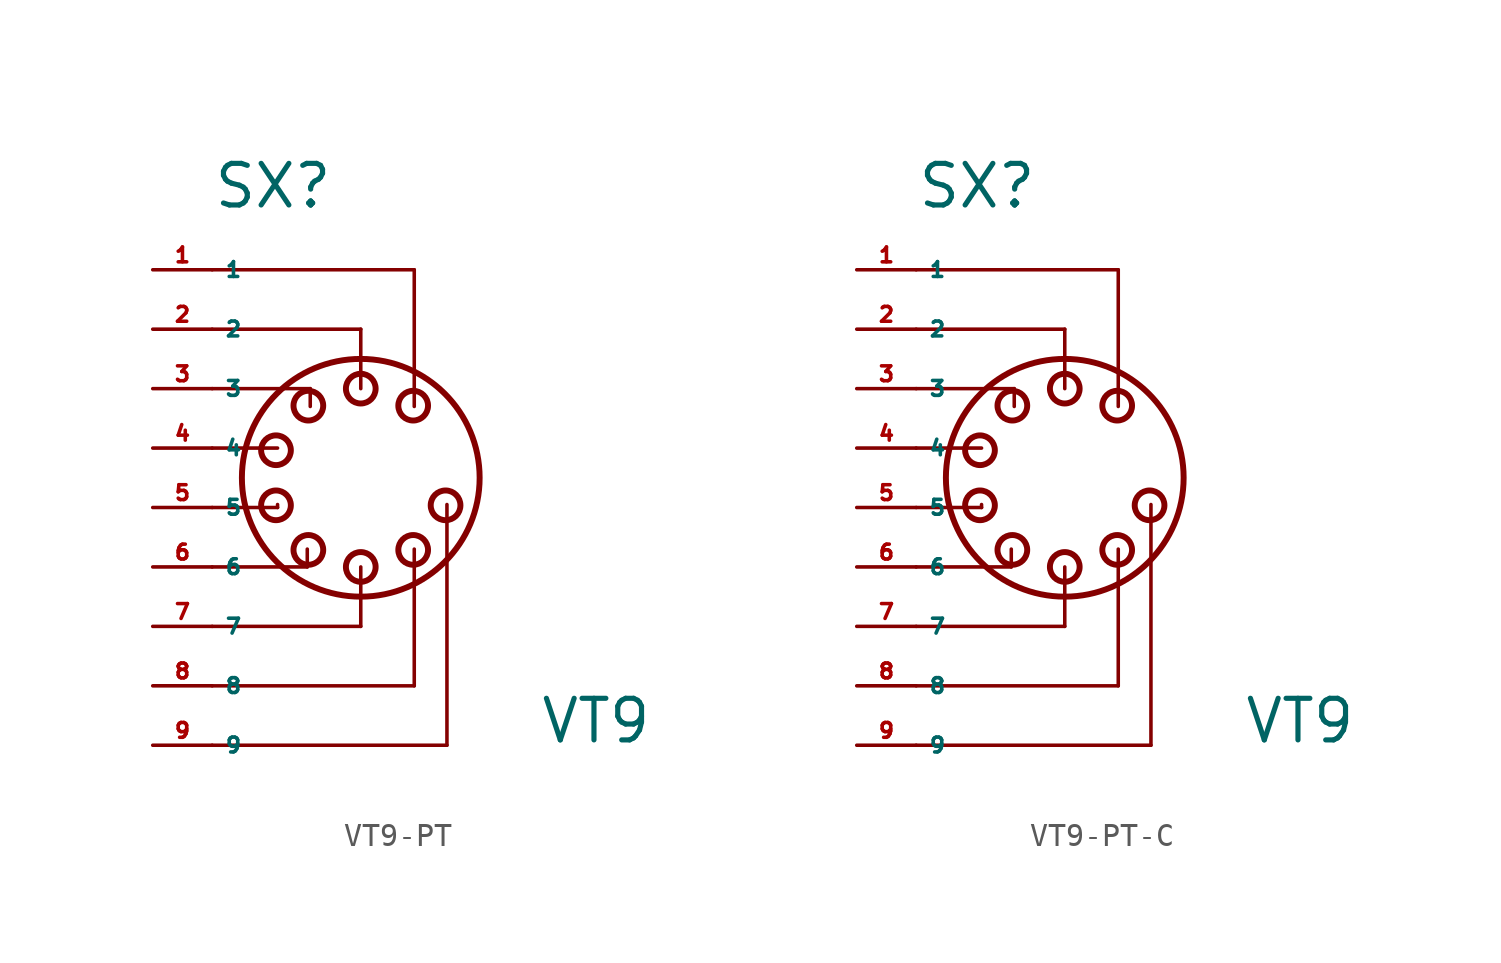
<source format=kicad_sym>
(kicad_symbol_lib
  (version 20220914)
  (generator Eagle2Kicad)
  (symbol "VT9-PT"
    (property "Reference" "SX"
      (at -5.08 12.7 0)
      (effects (font (size 1.778 1.778) (thickness 0.22)) (justify left bottom)))
    (property "Value" "VT9"
      (at 8.89 -10.16 0)
      (effects (font (size 1.778 1.778) (thickness 0.22)) (justify left bottom)))
    (polyline
      (pts (xy -5.08 10.16) (xy 3.556 10.16))
      (stroke (width 0.152) (type default))
      (fill (type none)))
    (polyline
      (pts (xy 3.556 10.16) (xy 3.556 4.318))
      (stroke (width 0.152) (type default))
      (fill (type none)))
    (polyline
      (pts (xy -5.08 7.62) (xy 1.27 7.62))
      (stroke (width 0.152) (type default))
      (fill (type none)))
    (polyline
      (pts (xy 1.27 7.62) (xy 1.27 5.08))
      (stroke (width 0.152) (type default))
      (fill (type none)))
    (polyline
      (pts (xy -5.08 5.08) (xy -0.889 5.08))
      (stroke (width 0.152) (type default))
      (fill (type none)))
    (polyline
      (pts (xy -0.889 5.08) (xy -0.889 4.318))
      (stroke (width 0.152) (type default))
      (fill (type none)))
    (polyline
      (pts (xy -5.08 2.54) (xy -2.286 2.54))
      (stroke (width 0.152) (type default))
      (fill (type none)))
    (polyline
      (pts (xy -5.08 0) (xy -2.286 0))
      (stroke (width 0.152) (type default))
      (fill (type none)))
    (polyline
      (pts (xy -2.286 0) (xy -2.286 0.127))
      (stroke (width 0.152) (type default))
      (fill (type none)))
    (polyline
      (pts (xy -5.08 -2.54) (xy -1.016 -2.54))
      (stroke (width 0.152) (type default))
      (fill (type none)))
    (polyline
      (pts (xy -1.016 -2.54) (xy -1.016 -1.778))
      (stroke (width 0.152) (type default))
      (fill (type none)))
    (polyline
      (pts (xy -5.08 -5.08) (xy 1.27 -5.08))
      (stroke (width 0.152) (type default))
      (fill (type none)))
    (polyline
      (pts (xy 1.27 -5.08) (xy 1.27 -2.54))
      (stroke (width 0.152) (type default))
      (fill (type none)))
    (polyline
      (pts (xy -5.08 -7.62) (xy 3.556 -7.62))
      (stroke (width 0.152) (type default))
      (fill (type none)))
    (polyline
      (pts (xy 3.556 -7.62) (xy 3.556 -1.778))
      (stroke (width 0.152) (type default))
      (fill (type none)))
    (polyline
      (pts (xy -5.08 -10.16) (xy 4.953 -10.16))
      (stroke (width 0.152) (type default))
      (fill (type none)))
    (polyline
      (pts (xy 4.953 -10.16) (xy 4.953 0.127))
      (stroke (width 0.152) (type default))
      (fill (type none)))
    (circle
      (center 1.27 1.27)
      (radius 5.08)
      (stroke (width 0.254) (type default))
      (fill (type none)))
    (circle
      (center -2.353 2.447)
      (radius 0.635)
      (stroke (width 0.254) (type default))
      (fill (type none)))
    (circle
      (center -0.97 4.352)
      (radius 0.635)
      (stroke (width 0.254) (type default))
      (fill (type none)))
    (circle
      (center 1.27 5.08)
      (radius 0.635)
      (stroke (width 0.254) (type default))
      (fill (type none)))
    (circle
      (center 3.51 4.352)
      (radius 0.635)
      (stroke (width 0.254) (type default))
      (fill (type none)))
    (circle
      (center 4.894 0.093)
      (radius 0.635)
      (stroke (width 0.254) (type default))
      (fill (type none)))
    (circle
      (center 3.51 -1.812)
      (radius 0.635)
      (stroke (width 0.254) (type default))
      (fill (type none)))
    (circle
      (center 1.27 -2.54)
      (radius 0.635)
      (stroke (width 0.254) (type default))
      (fill (type none)))
    (circle
      (center -0.97 -1.812)
      (radius 0.635)
      (stroke (width 0.254) (type default))
      (fill (type none)))
    (circle
      (center -2.353 0.093)
      (radius 0.635)
      (stroke (width 0.254) (type default))
      (fill (type none)))
    (pin passive line
      (at -7.62 10.16 0)
      (length 2.54)
      (name "1" (effects (font (size 0.635 0.635) (thickness 0.08)) (justify left bottom)))
      (number "1" (effects (font (size 0.635 0.635) (thickness 0.08)) (justify left bottom))))
    (pin passive line
      (at -7.62 7.62 0)
      (length 2.54)
      (name "2" (effects (font (size 0.635 0.635) (thickness 0.08)) (justify left bottom)))
      (number "2" (effects (font (size 0.635 0.635) (thickness 0.08)) (justify left bottom))))
    (pin passive line
      (at -7.62 5.08 0)
      (length 2.54)
      (name "3" (effects (font (size 0.635 0.635) (thickness 0.08)) (justify left bottom)))
      (number "3" (effects (font (size 0.635 0.635) (thickness 0.08)) (justify left bottom))))
    (pin passive line
      (at -7.62 2.54 0)
      (length 2.54)
      (name "4" (effects (font (size 0.635 0.635) (thickness 0.08)) (justify left bottom)))
      (number "4" (effects (font (size 0.635 0.635) (thickness 0.08)) (justify left bottom))))
    (pin passive line
      (at -7.62 0 0)
      (length 2.54)
      (name "5" (effects (font (size 0.635 0.635) (thickness 0.08)) (justify left bottom)))
      (number "5" (effects (font (size 0.635 0.635) (thickness 0.08)) (justify left bottom))))
    (pin passive line
      (at -7.62 -2.54 0)
      (length 2.54)
      (name "6" (effects (font (size 0.635 0.635) (thickness 0.08)) (justify left bottom)))
      (number "6" (effects (font (size 0.635 0.635) (thickness 0.08)) (justify left bottom))))
    (pin passive line
      (at -7.62 -5.08 0)
      (length 2.54)
      (name "7" (effects (font (size 0.635 0.635) (thickness 0.08)) (justify left bottom)))
      (number "7" (effects (font (size 0.635 0.635) (thickness 0.08)) (justify left bottom))))
    (pin passive line
      (at -7.62 -7.62 0)
      (length 2.54)
      (name "8" (effects (font (size 0.635 0.635) (thickness 0.08)) (justify left bottom)))
      (number "8" (effects (font (size 0.635 0.635) (thickness 0.08)) (justify left bottom))))
    (pin passive line
      (at -7.62 -10.16 0)
      (length 2.54)
      (name "9" (effects (font (size 0.635 0.635) (thickness 0.08)) (justify left bottom)))
      (number "9" (effects (font (size 0.635 0.635) (thickness 0.08)) (justify left bottom)))))
  (symbol "VT9-PT-C"
    (property "Reference" "SX"
      (at -5.08 12.7 0)
      (effects (font (size 1.778 1.778) (thickness 0.22)) (justify left bottom)))
    (property "Value" "VT9"
      (at 8.89 -10.16 0)
      (effects (font (size 1.778 1.778) (thickness 0.22)) (justify left bottom)))
    (polyline
      (pts (xy -5.08 10.16) (xy 3.556 10.16))
      (stroke (width 0.152) (type default))
      (fill (type none)))
    (polyline
      (pts (xy 3.556 10.16) (xy 3.556 4.318))
      (stroke (width 0.152) (type default))
      (fill (type none)))
    (polyline
      (pts (xy -5.08 7.62) (xy 1.27 7.62))
      (stroke (width 0.152) (type default))
      (fill (type none)))
    (polyline
      (pts (xy 1.27 7.62) (xy 1.27 5.08))
      (stroke (width 0.152) (type default))
      (fill (type none)))
    (polyline
      (pts (xy -5.08 5.08) (xy -0.889 5.08))
      (stroke (width 0.152) (type default))
      (fill (type none)))
    (polyline
      (pts (xy -0.889 5.08) (xy -0.889 4.318))
      (stroke (width 0.152) (type default))
      (fill (type none)))
    (polyline
      (pts (xy -5.08 2.54) (xy -2.286 2.54))
      (stroke (width 0.152) (type default))
      (fill (type none)))
    (polyline
      (pts (xy -5.08 0) (xy -2.286 0))
      (stroke (width 0.152) (type default))
      (fill (type none)))
    (polyline
      (pts (xy -2.286 0) (xy -2.286 0.127))
      (stroke (width 0.152) (type default))
      (fill (type none)))
    (polyline
      (pts (xy -5.08 -2.54) (xy -1.016 -2.54))
      (stroke (width 0.152) (type default))
      (fill (type none)))
    (polyline
      (pts (xy -1.016 -2.54) (xy -1.016 -1.778))
      (stroke (width 0.152) (type default))
      (fill (type none)))
    (polyline
      (pts (xy -5.08 -5.08) (xy 1.27 -5.08))
      (stroke (width 0.152) (type default))
      (fill (type none)))
    (polyline
      (pts (xy 1.27 -5.08) (xy 1.27 -2.54))
      (stroke (width 0.152) (type default))
      (fill (type none)))
    (polyline
      (pts (xy -5.08 -7.62) (xy 3.556 -7.62))
      (stroke (width 0.152) (type default))
      (fill (type none)))
    (polyline
      (pts (xy 3.556 -7.62) (xy 3.556 -1.778))
      (stroke (width 0.152) (type default))
      (fill (type none)))
    (polyline
      (pts (xy -5.08 -10.16) (xy 4.953 -10.16))
      (stroke (width 0.152) (type default))
      (fill (type none)))
    (polyline
      (pts (xy 4.953 -10.16) (xy 4.953 0.127))
      (stroke (width 0.152) (type default))
      (fill (type none)))
    (circle
      (center 1.27 1.27)
      (radius 5.08)
      (stroke (width 0.254) (type default))
      (fill (type none)))
    (circle
      (center -2.353 2.447)
      (radius 0.635)
      (stroke (width 0.254) (type default))
      (fill (type none)))
    (circle
      (center -0.97 4.352)
      (radius 0.635)
      (stroke (width 0.254) (type default))
      (fill (type none)))
    (circle
      (center 1.27 5.08)
      (radius 0.635)
      (stroke (width 0.254) (type default))
      (fill (type none)))
    (circle
      (center 3.51 4.352)
      (radius 0.635)
      (stroke (width 0.254) (type default))
      (fill (type none)))
    (circle
      (center 4.894 0.093)
      (radius 0.635)
      (stroke (width 0.254) (type default))
      (fill (type none)))
    (circle
      (center 3.51 -1.812)
      (radius 0.635)
      (stroke (width 0.254) (type default))
      (fill (type none)))
    (circle
      (center 1.27 -2.54)
      (radius 0.635)
      (stroke (width 0.254) (type default))
      (fill (type none)))
    (circle
      (center -0.97 -1.812)
      (radius 0.635)
      (stroke (width 0.254) (type default))
      (fill (type none)))
    (circle
      (center -2.353 0.093)
      (radius 0.635)
      (stroke (width 0.254) (type default))
      (fill (type none)))
    (pin passive line
      (at -7.62 10.16 0)
      (length 2.54)
      (name "1" (effects (font (size 0.635 0.635) (thickness 0.08)) (justify left bottom)))
      (number "1" (effects (font (size 0.635 0.635) (thickness 0.08)) (justify left bottom))))
    (pin passive line
      (at -7.62 7.62 0)
      (length 2.54)
      (name "2" (effects (font (size 0.635 0.635) (thickness 0.08)) (justify left bottom)))
      (number "2" (effects (font (size 0.635 0.635) (thickness 0.08)) (justify left bottom))))
    (pin passive line
      (at -7.62 5.08 0)
      (length 2.54)
      (name "3" (effects (font (size 0.635 0.635) (thickness 0.08)) (justify left bottom)))
      (number "3" (effects (font (size 0.635 0.635) (thickness 0.08)) (justify left bottom))))
    (pin passive line
      (at -7.62 2.54 0)
      (length 2.54)
      (name "4" (effects (font (size 0.635 0.635) (thickness 0.08)) (justify left bottom)))
      (number "4" (effects (font (size 0.635 0.635) (thickness 0.08)) (justify left bottom))))
    (pin passive line
      (at -7.62 0 0)
      (length 2.54)
      (name "5" (effects (font (size 0.635 0.635) (thickness 0.08)) (justify left bottom)))
      (number "5" (effects (font (size 0.635 0.635) (thickness 0.08)) (justify left bottom))))
    (pin passive line
      (at -7.62 -2.54 0)
      (length 2.54)
      (name "6" (effects (font (size 0.635 0.635) (thickness 0.08)) (justify left bottom)))
      (number "6" (effects (font (size 0.635 0.635) (thickness 0.08)) (justify left bottom))))
    (pin passive line
      (at -7.62 -5.08 0)
      (length 2.54)
      (name "7" (effects (font (size 0.635 0.635) (thickness 0.08)) (justify left bottom)))
      (number "7" (effects (font (size 0.635 0.635) (thickness 0.08)) (justify left bottom))))
    (pin passive line
      (at -7.62 -7.62 0)
      (length 2.54)
      (name "8" (effects (font (size 0.635 0.635) (thickness 0.08)) (justify left bottom)))
      (number "8" (effects (font (size 0.635 0.635) (thickness 0.08)) (justify left bottom))))
    (pin passive line
      (at -7.62 -10.16 0)
      (length 2.54)
      (name "9" (effects (font (size 0.635 0.635) (thickness 0.08)) (justify left bottom)))
      (number "9" (effects (font (size 0.635 0.635) (thickness 0.08)) (justify left bottom))))))
</source>
